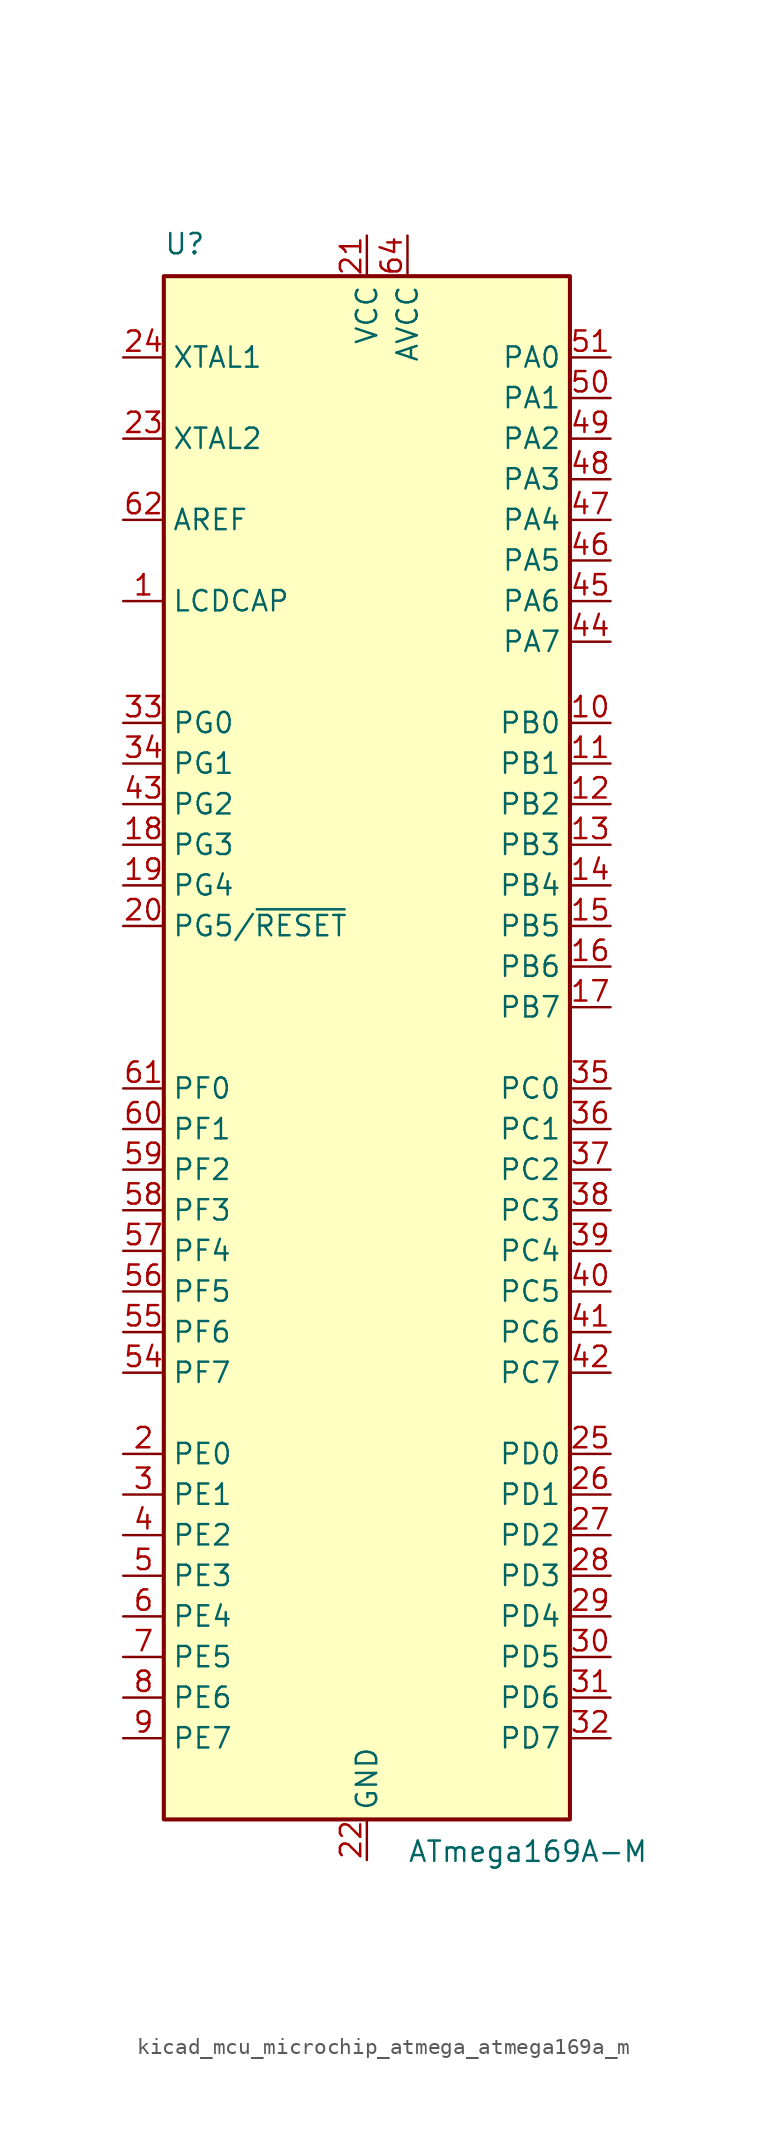
<source format=kicad_sym>
(kicad_symbol_lib
  (version 20220914)
  (generator kicad_symbol_editor)
  (symbol "kicad_mcu_microchip_atmega_atmega169a_m"
    (property "Reference" "U"
      (at -12.7 49.53 0)
      (effects (font (size 1.27 1.27)) (justify left bottom)))
    (property "Value" "ATmega169A-M"
      (at 2.54 -49.53 0)
      (effects (font (size 1.27 1.27)) (justify left top)))
    (symbol "kicad_mcu_microchip_atmega_atmega169a_m_0_1"
      (rectangle (start -12.7 -48.26) (end 12.7 48.26) (stroke (width 0.254) (type default)) (fill (type background))))
    (symbol "kicad_mcu_microchip_atmega_atmega169a_m_1_1"
      (pin passive line (at -15.24 27.94 0) (length 2.54) (name "LCDCAP" (effects (font (size 1.27 1.27)))) (number "1" (effects (font (size 1.27 1.27)))))
      (pin bidirectional line (at 15.24 20.32 180) (length 2.54) (name "PB0" (effects (font (size 1.27 1.27)))) (number "10" (effects (font (size 1.27 1.27)))))
      (pin bidirectional line (at 15.24 17.78 180) (length 2.54) (name "PB1" (effects (font (size 1.27 1.27)))) (number "11" (effects (font (size 1.27 1.27)))))
      (pin bidirectional line (at 15.24 15.24 180) (length 2.54) (name "PB2" (effects (font (size 1.27 1.27)))) (number "12" (effects (font (size 1.27 1.27)))))
      (pin bidirectional line (at 15.24 12.7 180) (length 2.54) (name "PB3" (effects (font (size 1.27 1.27)))) (number "13" (effects (font (size 1.27 1.27)))))
      (pin bidirectional line (at 15.24 10.16 180) (length 2.54) (name "PB4" (effects (font (size 1.27 1.27)))) (number "14" (effects (font (size 1.27 1.27)))))
      (pin bidirectional line (at 15.24 7.62 180) (length 2.54) (name "PB5" (effects (font (size 1.27 1.27)))) (number "15" (effects (font (size 1.27 1.27)))))
      (pin bidirectional line (at 15.24 5.08 180) (length 2.54) (name "PB6" (effects (font (size 1.27 1.27)))) (number "16" (effects (font (size 1.27 1.27)))))
      (pin bidirectional line (at 15.24 2.54 180) (length 2.54) (name "PB7" (effects (font (size 1.27 1.27)))) (number "17" (effects (font (size 1.27 1.27)))))
      (pin bidirectional line (at -15.24 12.7 0) (length 2.54) (name "PG3" (effects (font (size 1.27 1.27)))) (number "18" (effects (font (size 1.27 1.27)))))
      (pin bidirectional line (at -15.24 10.16 0) (length 2.54) (name "PG4" (effects (font (size 1.27 1.27)))) (number "19" (effects (font (size 1.27 1.27)))))
      (pin bidirectional line (at -15.24 -25.4 0) (length 2.54) (name "PE0" (effects (font (size 1.27 1.27)))) (number "2" (effects (font (size 1.27 1.27)))))
      (pin bidirectional line (at -15.24 7.62 0) (length 2.54) (name "PG5/~{RESET}" (effects (font (size 1.27 1.27)))) (number "20" (effects (font (size 1.27 1.27)))))
      (pin power_in line (at 0 50.8 270) (length 2.54) (name "VCC" (effects (font (size 1.27 1.27)))) (number "21" (effects (font (size 1.27 1.27)))))
      (pin power_in line (at 0 -50.8 90) (length 2.54) (name "GND" (effects (font (size 1.27 1.27)))) (number "22" (effects (font (size 1.27 1.27)))))
      (pin output line (at -15.24 38.1 0) (length 2.54) (name "XTAL2" (effects (font (size 1.27 1.27)))) (number "23" (effects (font (size 1.27 1.27)))))
      (pin input line (at -15.24 43.18 0) (length 2.54) (name "XTAL1" (effects (font (size 1.27 1.27)))) (number "24" (effects (font (size 1.27 1.27)))))
      (pin bidirectional line (at 15.24 -25.4 180) (length 2.54) (name "PD0" (effects (font (size 1.27 1.27)))) (number "25" (effects (font (size 1.27 1.27)))))
      (pin bidirectional line (at 15.24 -27.94 180) (length 2.54) (name "PD1" (effects (font (size 1.27 1.27)))) (number "26" (effects (font (size 1.27 1.27)))))
      (pin bidirectional line (at 15.24 -30.48 180) (length 2.54) (name "PD2" (effects (font (size 1.27 1.27)))) (number "27" (effects (font (size 1.27 1.27)))))
      (pin bidirectional line (at 15.24 -33.02 180) (length 2.54) (name "PD3" (effects (font (size 1.27 1.27)))) (number "28" (effects (font (size 1.27 1.27)))))
      (pin bidirectional line (at 15.24 -35.56 180) (length 2.54) (name "PD4" (effects (font (size 1.27 1.27)))) (number "29" (effects (font (size 1.27 1.27)))))
      (pin bidirectional line (at -15.24 -27.94 0) (length 2.54) (name "PE1" (effects (font (size 1.27 1.27)))) (number "3" (effects (font (size 1.27 1.27)))))
      (pin bidirectional line (at 15.24 -38.1 180) (length 2.54) (name "PD5" (effects (font (size 1.27 1.27)))) (number "30" (effects (font (size 1.27 1.27)))))
      (pin bidirectional line (at 15.24 -40.64 180) (length 2.54) (name "PD6" (effects (font (size 1.27 1.27)))) (number "31" (effects (font (size 1.27 1.27)))))
      (pin bidirectional line (at 15.24 -43.18 180) (length 2.54) (name "PD7" (effects (font (size 1.27 1.27)))) (number "32" (effects (font (size 1.27 1.27)))))
      (pin bidirectional line (at -15.24 20.32 0) (length 2.54) (name "PG0" (effects (font (size 1.27 1.27)))) (number "33" (effects (font (size 1.27 1.27)))))
      (pin bidirectional line (at -15.24 17.78 0) (length 2.54) (name "PG1" (effects (font (size 1.27 1.27)))) (number "34" (effects (font (size 1.27 1.27)))))
      (pin bidirectional line (at 15.24 -2.54 180) (length 2.54) (name "PC0" (effects (font (size 1.27 1.27)))) (number "35" (effects (font (size 1.27 1.27)))))
      (pin bidirectional line (at 15.24 -5.08 180) (length 2.54) (name "PC1" (effects (font (size 1.27 1.27)))) (number "36" (effects (font (size 1.27 1.27)))))
      (pin bidirectional line (at 15.24 -7.62 180) (length 2.54) (name "PC2" (effects (font (size 1.27 1.27)))) (number "37" (effects (font (size 1.27 1.27)))))
      (pin bidirectional line (at 15.24 -10.16 180) (length 2.54) (name "PC3" (effects (font (size 1.27 1.27)))) (number "38" (effects (font (size 1.27 1.27)))))
      (pin bidirectional line (at 15.24 -12.7 180) (length 2.54) (name "PC4" (effects (font (size 1.27 1.27)))) (number "39" (effects (font (size 1.27 1.27)))))
      (pin bidirectional line (at -15.24 -30.48 0) (length 2.54) (name "PE2" (effects (font (size 1.27 1.27)))) (number "4" (effects (font (size 1.27 1.27)))))
      (pin bidirectional line (at 15.24 -15.24 180) (length 2.54) (name "PC5" (effects (font (size 1.27 1.27)))) (number "40" (effects (font (size 1.27 1.27)))))
      (pin bidirectional line (at 15.24 -17.78 180) (length 2.54) (name "PC6" (effects (font (size 1.27 1.27)))) (number "41" (effects (font (size 1.27 1.27)))))
      (pin bidirectional line (at 15.24 -20.32 180) (length 2.54) (name "PC7" (effects (font (size 1.27 1.27)))) (number "42" (effects (font (size 1.27 1.27)))))
      (pin bidirectional line (at -15.24 15.24 0) (length 2.54) (name "PG2" (effects (font (size 1.27 1.27)))) (number "43" (effects (font (size 1.27 1.27)))))
      (pin bidirectional line (at 15.24 25.4 180) (length 2.54) (name "PA7" (effects (font (size 1.27 1.27)))) (number "44" (effects (font (size 1.27 1.27)))))
      (pin bidirectional line (at 15.24 27.94 180) (length 2.54) (name "PA6" (effects (font (size 1.27 1.27)))) (number "45" (effects (font (size 1.27 1.27)))))
      (pin bidirectional line (at 15.24 30.48 180) (length 2.54) (name "PA5" (effects (font (size 1.27 1.27)))) (number "46" (effects (font (size 1.27 1.27)))))
      (pin bidirectional line (at 15.24 33.02 180) (length 2.54) (name "PA4" (effects (font (size 1.27 1.27)))) (number "47" (effects (font (size 1.27 1.27)))))
      (pin bidirectional line (at 15.24 35.56 180) (length 2.54) (name "PA3" (effects (font (size 1.27 1.27)))) (number "48" (effects (font (size 1.27 1.27)))))
      (pin bidirectional line (at 15.24 38.1 180) (length 2.54) (name "PA2" (effects (font (size 1.27 1.27)))) (number "49" (effects (font (size 1.27 1.27)))))
      (pin bidirectional line (at -15.24 -33.02 0) (length 2.54) (name "PE3" (effects (font (size 1.27 1.27)))) (number "5" (effects (font (size 1.27 1.27)))))
      (pin bidirectional line (at 15.24 40.64 180) (length 2.54) (name "PA1" (effects (font (size 1.27 1.27)))) (number "50" (effects (font (size 1.27 1.27)))))
      (pin bidirectional line (at 15.24 43.18 180) (length 2.54) (name "PA0" (effects (font (size 1.27 1.27)))) (number "51" (effects (font (size 1.27 1.27)))))
      (pin passive line (at 0 50.8 270) (length 2.54) hide (name "VCC" (effects (font (size 1.27 1.27)))) (number "52" (effects (font (size 1.27 1.27)))))
      (pin passive line (at 0 -50.8 90) (length 2.54) hide (name "GND" (effects (font (size 1.27 1.27)))) (number "53" (effects (font (size 1.27 1.27)))))
      (pin bidirectional line (at -15.24 -20.32 0) (length 2.54) (name "PF7" (effects (font (size 1.27 1.27)))) (number "54" (effects (font (size 1.27 1.27)))))
      (pin bidirectional line (at -15.24 -17.78 0) (length 2.54) (name "PF6" (effects (font (size 1.27 1.27)))) (number "55" (effects (font (size 1.27 1.27)))))
      (pin bidirectional line (at -15.24 -15.24 0) (length 2.54) (name "PF5" (effects (font (size 1.27 1.27)))) (number "56" (effects (font (size 1.27 1.27)))))
      (pin bidirectional line (at -15.24 -12.7 0) (length 2.54) (name "PF4" (effects (font (size 1.27 1.27)))) (number "57" (effects (font (size 1.27 1.27)))))
      (pin bidirectional line (at -15.24 -10.16 0) (length 2.54) (name "PF3" (effects (font (size 1.27 1.27)))) (number "58" (effects (font (size 1.27 1.27)))))
      (pin bidirectional line (at -15.24 -7.62 0) (length 2.54) (name "PF2" (effects (font (size 1.27 1.27)))) (number "59" (effects (font (size 1.27 1.27)))))
      (pin bidirectional line (at -15.24 -35.56 0) (length 2.54) (name "PE4" (effects (font (size 1.27 1.27)))) (number "6" (effects (font (size 1.27 1.27)))))
      (pin bidirectional line (at -15.24 -5.08 0) (length 2.54) (name "PF1" (effects (font (size 1.27 1.27)))) (number "60" (effects (font (size 1.27 1.27)))))
      (pin bidirectional line (at -15.24 -2.54 0) (length 2.54) (name "PF0" (effects (font (size 1.27 1.27)))) (number "61" (effects (font (size 1.27 1.27)))))
      (pin passive line (at -15.24 33.02 0) (length 2.54) (name "AREF" (effects (font (size 1.27 1.27)))) (number "62" (effects (font (size 1.27 1.27)))))
      (pin passive line (at 0 -50.8 90) (length 2.54) hide (name "GND" (effects (font (size 1.27 1.27)))) (number "63" (effects (font (size 1.27 1.27)))))
      (pin power_in line (at 2.54 50.8 270) (length 2.54) (name "AVCC" (effects (font (size 1.27 1.27)))) (number "64" (effects (font (size 1.27 1.27)))))
      (pin passive line (at 0 -50.8 90) (length 2.54) hide (name "GND" (effects (font (size 1.27 1.27)))) (number "65" (effects (font (size 1.27 1.27)))))
      (pin bidirectional line (at -15.24 -38.1 0) (length 2.54) (name "PE5" (effects (font (size 1.27 1.27)))) (number "7" (effects (font (size 1.27 1.27)))))
      (pin bidirectional line (at -15.24 -40.64 0) (length 2.54) (name "PE6" (effects (font (size 1.27 1.27)))) (number "8" (effects (font (size 1.27 1.27)))))
      (pin bidirectional line (at -15.24 -43.18 0) (length 2.54) (name "PE7" (effects (font (size 1.27 1.27)))) (number "9" (effects (font (size 1.27 1.27))))))))
</source>
